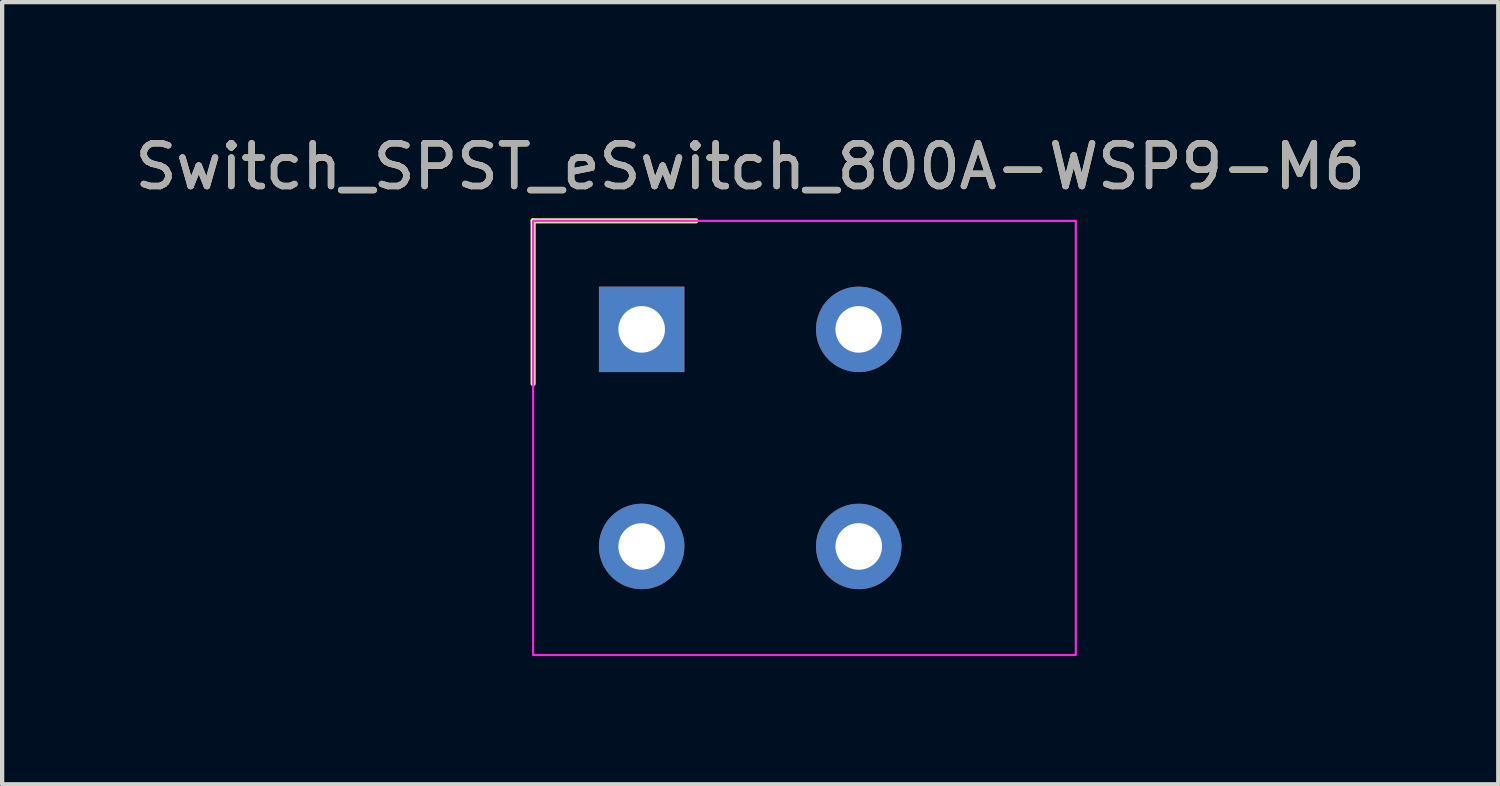
<source format=kicad_pcb>
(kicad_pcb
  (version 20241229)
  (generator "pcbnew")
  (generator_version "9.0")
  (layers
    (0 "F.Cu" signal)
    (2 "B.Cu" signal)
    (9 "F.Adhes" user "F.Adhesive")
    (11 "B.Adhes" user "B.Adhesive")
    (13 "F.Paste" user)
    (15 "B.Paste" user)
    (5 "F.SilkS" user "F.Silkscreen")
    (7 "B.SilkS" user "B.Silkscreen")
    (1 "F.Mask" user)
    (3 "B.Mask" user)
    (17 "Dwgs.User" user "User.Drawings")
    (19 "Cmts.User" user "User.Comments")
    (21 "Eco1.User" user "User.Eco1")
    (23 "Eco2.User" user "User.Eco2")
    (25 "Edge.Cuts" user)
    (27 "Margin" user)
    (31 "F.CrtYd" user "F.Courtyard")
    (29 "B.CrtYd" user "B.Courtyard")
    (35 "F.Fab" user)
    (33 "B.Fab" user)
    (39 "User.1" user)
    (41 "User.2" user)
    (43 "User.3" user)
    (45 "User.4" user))
  (footprint "Switch_SPST_eSwitch_800A-WSP9-M6"
    (layer "F.Cu")
    (at 11.966 4.658)
    (property "Reference" "Switch_SPST_eSwitch_800A-WSP9-M6" (at 2.54 -3.81 0) (unlocked yes) (layer "F.SilkS") (effects (font (size 1 1) (thickness 0.15))))
    (attr through_hole)
    (fp_line (start -2.54 -2.54) (end 1.27 -2.54) (stroke (width 0.12) (type solid)) (layer "F.SilkS"))
    (fp_line (start -2.54 1.27) (end -2.54 -2.54) (stroke (width 0.12) (type solid)) (layer "F.SilkS"))
    (fp_rect (start -2.54 -2.54) (end 10.16 7.62) (stroke (width 0.05) (type solid)) (fill no) (layer "F.CrtYd"))
    (fp_text user "${REFERENCE}" (at 2.54 -3.81 0) (unlocked yes) (layer "F.Fab") (effects (font (size 1 1) (thickness 0.15))))
    (pad "1" thru_hole rect (at 0 0) (size 2 2) (drill 1.09) (layers "*.Cu" "*.Mask"))
    (pad "2" thru_hole circle (at 5.08 0) (size 2 2) (drill 1.09) (layers "*.Cu" "*.Mask"))
    (pad "2" thru_hole circle (at 5.08 5.08) (size 2 2) (drill 1.09) (layers "*.Cu" "*.Mask"))
    (pad "3" thru_hole circle (at 0 5.08) (size 2 2) (drill 1.09) (layers "*.Cu" "*.Mask")))
  (gr_rect
    (start -3 -3)
    (end 32.012 15.303)
    (stroke (width 0.1) (type default))
    (fill no)
    (layer "Edge.Cuts")))
</source>
